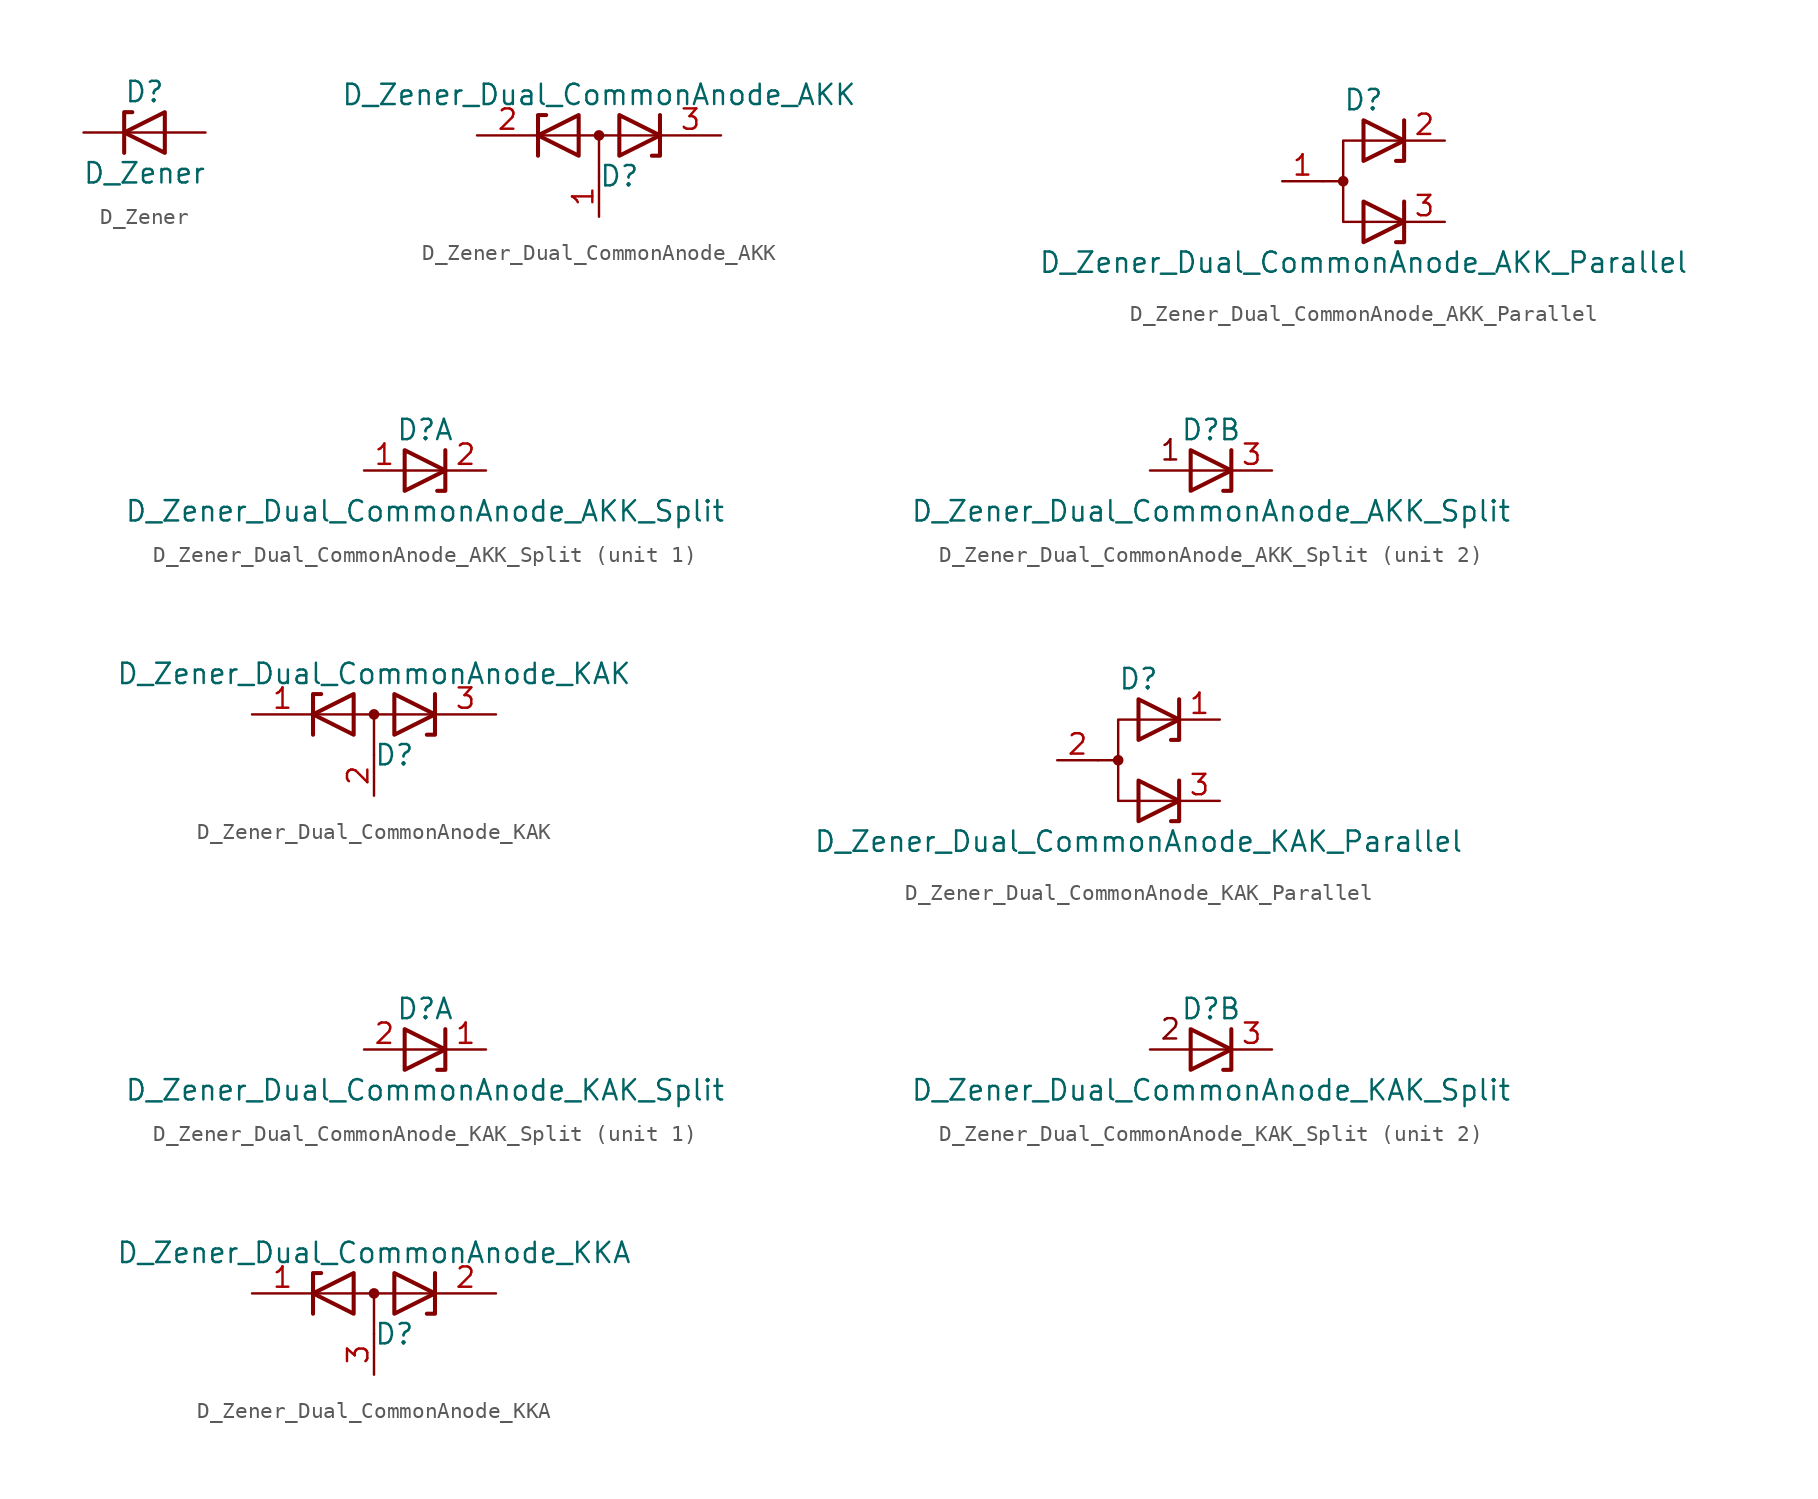
<source format=kicad_sym>
(kicad_symbol_lib
  (version 20211014)
  (generator kicad_symbol_editor)
  (symbol "D_Zener"
    (pin_numbers hide)
    (pin_names
      (offset 1.016) hide)
    (property "Reference" "D"
      (at 0 2.54 0)
      (effects (font (size 1.27 1.27))))
    (property "Value" "D_Zener"
      (at 0 -2.54 0)
      (effects (font (size 1.27 1.27))))
    (symbol "D_Zener_0_1"
      (polyline (pts (xy 1.27 0) (xy -1.27 0)) (stroke (width 0) (type default) (color 0 0 0 0)) (fill (type none)))
      (polyline (pts (xy -1.27 -1.27) (xy -1.27 1.27) (xy -0.762 1.27)) (stroke (width 0.254) (type default) (color 0 0 0 0)) (fill (type none)))
      (polyline (pts (xy 1.27 -1.27) (xy 1.27 1.27) (xy -1.27 0) (xy 1.27 -1.27)) (stroke (width 0.254) (type default) (color 0 0 0 0)) (fill (type none))))
    (symbol "D_Zener_1_1"
      (pin passive line (at -3.81 0 0) (length 2.54) (name "K" (effects (font (size 1.27 1.27)))) (number "1" (effects (font (size 1.27 1.27)))))
      (pin passive line (at 3.81 0 180) (length 2.54) (name "A" (effects (font (size 1.27 1.27)))) (number "2" (effects (font (size 1.27 1.27)))))))
  (symbol "D_Zener_Dual_CommonAnode_AKK"
    (pin_names
      (offset 0.762) hide)
    (property "Reference" "D"
      (at 1.27 -2.54 0)
      (effects (font (size 1.27 1.27))))
    (property "Value" "D_Zener_Dual_CommonAnode_AKK"
      (at 0 2.54 0)
      (effects (font (size 1.27 1.27))))
    (symbol "D_Zener_Dual_CommonAnode_AKK_0_1"
      (polyline (pts (xy -3.556 0) (xy 3.81 0)) (stroke (width 0) (type default) (color 0 0 0 0)) (fill (type none)))
      (polyline (pts (xy 0 0) (xy 0 -2.54)) (stroke (width 0) (type default) (color 0 0 0 0)) (fill (type none)))
      (polyline (pts (xy -3.81 -1.27) (xy -3.81 1.27) (xy -3.302 1.27)) (stroke (width 0.254) (type default) (color 0 0 0 0)) (fill (type none)))
      (polyline (pts (xy 3.81 1.27) (xy 3.81 -1.27) (xy 3.302 -1.27)) (stroke (width 0.254) (type default) (color 0 0 0 0)) (fill (type none)))
      (polyline (pts (xy -1.27 -1.27) (xy -3.81 0) (xy -1.27 1.27) (xy -1.27 -1.27) (xy -1.27 -1.27) (xy -1.27 -1.27)) (stroke (width 0.254) (type default) (color 0 0 0 0)) (fill (type none)))
      (polyline (pts (xy 1.27 1.27) (xy 3.81 0) (xy 1.27 -1.27) (xy 1.27 1.27) (xy 1.27 1.27) (xy 1.27 1.27)) (stroke (width 0.254) (type default) (color 0 0 0 0)) (fill (type none)))
      (circle (center 0 0) (radius 0.254) (stroke (width 0) (type default) (color 0 0 0 0)) (fill (type outline)))
      (pin passive line (at 0 -5.08 90) (length 2.54) (name "A" (effects (font (size 1.27 1.27)))) (number "1" (effects (font (size 1.27 1.27)))))
      (pin passive line (at -7.62 0 0) (length 3.81) (name "K" (effects (font (size 1.27 1.27)))) (number "2" (effects (font (size 1.27 1.27)))))
      (pin passive line (at 7.62 0 180) (length 3.81) (name "K" (effects (font (size 1.27 1.27)))) (number "3" (effects (font (size 1.27 1.27)))))))
  (symbol "D_Zener_Dual_CommonAnode_AKK_Parallel"
    (pin_names
      (offset 0.762) hide)
    (property "Reference" "D"
      (at 0 5.08 0)
      (effects (font (size 1.27 1.27))))
    (property "Value" "D_Zener_Dual_CommonAnode_AKK_Parallel"
      (at 0 -5.08 0)
      (effects (font (size 1.27 1.27))))
    (symbol "D_Zener_Dual_CommonAnode_AKK_Parallel_0_0"
      (polyline (pts (xy 2.032 1.27) (xy 2.54 1.27) (xy 2.54 3.81)) (stroke (width 0.254) (type default) (color 0 0 0 0)) (fill (type none)))
      (polyline (pts (xy 2.54 -1.27) (xy 2.54 -3.81) (xy 2.032 -3.81)) (stroke (width 0.254) (type default) (color 0 0 0 0)) (fill (type none))))
    (symbol "D_Zener_Dual_CommonAnode_AKK_Parallel_0_1"
      (circle (center -1.27 0) (radius 0.254) (stroke (width 0) (type default) (color 0 0 0 0)) (fill (type outline)))
      (polyline (pts (xy -1.27 0) (xy -2.54 0)) (stroke (width 0) (type default) (color 0 0 0 0)) (fill (type none)))
      (polyline (pts (xy 2.54 2.54) (xy -1.27 2.54) (xy -1.27 -2.54) (xy 2.54 -2.54)) (stroke (width 0) (type default) (color 0 0 0 0)) (fill (type none)))
      (polyline (pts (xy 0 -1.27) (xy 2.54 -2.54) (xy 0 -3.81) (xy 0 -1.27) (xy 0 -1.27) (xy 0 -1.27)) (stroke (width 0.254) (type default) (color 0 0 0 0)) (fill (type none)))
      (polyline (pts (xy 0 3.81) (xy 2.54 2.54) (xy 0 1.27) (xy 0 3.81) (xy 0 3.81) (xy 0 3.81)) (stroke (width 0.254) (type default) (color 0 0 0 0)) (fill (type none)))
      (pin passive line (at -5.08 0 0) (length 2.54) (name "A" (effects (font (size 1.27 1.27)))) (number "1" (effects (font (size 1.27 1.27)))))
      (pin passive line (at 5.08 2.54 180) (length 2.54) (name "K" (effects (font (size 1.27 1.27)))) (number "2" (effects (font (size 1.27 1.27)))))
      (pin passive line (at 5.08 -2.54 180) (length 2.54) (name "K" (effects (font (size 1.27 1.27)))) (number "3" (effects (font (size 1.27 1.27)))))))
  (symbol "D_Zener_Dual_CommonAnode_AKK_Split"
    (pin_names
      (offset 0.762) hide)
    (property "Reference" "D"
      (at 0 2.54 0)
      (effects (font (size 1.27 1.27))))
    (property "Value" "D_Zener_Dual_CommonAnode_AKK_Split"
      (at 0 -2.54 0)
      (effects (font (size 1.27 1.27))))
    (property "ki_locked" ""
      (at 0 0 0)
      (effects (font (size 1.27 1.27))))
    (symbol "D_Zener_Dual_CommonAnode_AKK_Split_0_0"
      (polyline (pts (xy 1.27 1.27) (xy 1.27 -1.27) (xy 0.762 -1.27)) (stroke (width 0.254) (type default) (color 0 0 0 0)) (fill (type none))))
    (symbol "D_Zener_Dual_CommonAnode_AKK_Split_0_1"
      (polyline (pts (xy -1.27 1.27) (xy 1.27 0) (xy -1.27 -1.27) (xy -1.27 1.27) (xy -1.27 1.27) (xy -1.27 1.27)) (stroke (width 0.254) (type default) (color 0 0 0 0)) (fill (type none))))
    (symbol "D_Zener_Dual_CommonAnode_AKK_Split_1_1"
      (polyline (pts (xy 1.27 0) (xy -1.27 0)) (stroke (width 0) (type default) (color 0 0 0 0)) (fill (type none)))
      (pin passive line (at -3.81 0 0) (length 2.54) (name "A" (effects (font (size 1.27 1.27)))) (number "1" (effects (font (size 1.27 1.27)))))
      (pin passive line (at 3.81 0 180) (length 2.54) (name "K" (effects (font (size 1.27 1.27)))) (number "2" (effects (font (size 1.27 1.27))))))
    (symbol "D_Zener_Dual_CommonAnode_AKK_Split_2_0"
      (polyline (pts (xy 1.27 0) (xy -3.81 0)) (stroke (width 0) (type default) (color 0 0 0 0)) (fill (type none)))
      (text "1" (at -2.54 1.27 0) (effects (font (size 1.27 1.27)))))
    (symbol "D_Zener_Dual_CommonAnode_AKK_Split_2_1"
      (pin passive line (at 3.81 0 180) (length 2.54) (name "K" (effects (font (size 1.27 1.27)))) (number "3" (effects (font (size 1.27 1.27)))))))
  (symbol "D_Zener_Dual_CommonAnode_KAK"
    (pin_names
      (offset 0.762) hide)
    (property "Reference" "D"
      (at 1.27 -2.54 0)
      (effects (font (size 1.27 1.27))))
    (property "Value" "D_Zener_Dual_CommonAnode_KAK"
      (at 0 2.54 0)
      (effects (font (size 1.27 1.27))))
    (symbol "D_Zener_Dual_CommonAnode_KAK_0_1"
      (polyline (pts (xy -3.556 0) (xy 3.81 0)) (stroke (width 0) (type default) (color 0 0 0 0)) (fill (type none)))
      (polyline (pts (xy 0 0) (xy 0 -2.54)) (stroke (width 0) (type default) (color 0 0 0 0)) (fill (type none)))
      (polyline (pts (xy -3.81 -1.27) (xy -3.81 1.27) (xy -3.302 1.27)) (stroke (width 0.254) (type default) (color 0 0 0 0)) (fill (type none)))
      (polyline (pts (xy 3.302 -1.27) (xy 3.81 -1.27) (xy 3.81 1.27)) (stroke (width 0.254) (type default) (color 0 0 0 0)) (fill (type none)))
      (polyline (pts (xy -1.27 -1.27) (xy -3.81 0) (xy -1.27 1.27) (xy -1.27 -1.27) (xy -1.27 -1.27) (xy -1.27 -1.27)) (stroke (width 0.254) (type default) (color 0 0 0 0)) (fill (type none)))
      (polyline (pts (xy 1.27 1.27) (xy 3.81 0) (xy 1.27 -1.27) (xy 1.27 1.27) (xy 1.27 1.27) (xy 1.27 1.27)) (stroke (width 0.254) (type default) (color 0 0 0 0)) (fill (type none)))
      (circle (center 0 0) (radius 0.254) (stroke (width 0) (type default) (color 0 0 0 0)) (fill (type outline)))
      (pin passive line (at -7.62 0 0) (length 3.81) (name "K" (effects (font (size 1.27 1.27)))) (number "1" (effects (font (size 1.27 1.27)))))
      (pin passive line (at 0 -5.08 90) (length 2.54) (name "A" (effects (font (size 1.27 1.27)))) (number "2" (effects (font (size 1.27 1.27)))))
      (pin passive line (at 7.62 0 180) (length 3.81) (name "K" (effects (font (size 1.27 1.27)))) (number "3" (effects (font (size 1.27 1.27)))))))
  (symbol "D_Zener_Dual_CommonAnode_KAK_Parallel"
    (pin_names
      (offset 0.762) hide)
    (property "Reference" "D"
      (at 0 5.08 0)
      (effects (font (size 1.27 1.27))))
    (property "Value" "D_Zener_Dual_CommonAnode_KAK_Parallel"
      (at 0 -5.08 0)
      (effects (font (size 1.27 1.27))))
    (symbol "D_Zener_Dual_CommonAnode_KAK_Parallel_0_0"
      (polyline (pts (xy 2.032 1.27) (xy 2.54 1.27) (xy 2.54 3.81)) (stroke (width 0.254) (type default) (color 0 0 0 0)) (fill (type none)))
      (polyline (pts (xy 2.54 -1.27) (xy 2.54 -3.81) (xy 2.032 -3.81)) (stroke (width 0.254) (type default) (color 0 0 0 0)) (fill (type none))))
    (symbol "D_Zener_Dual_CommonAnode_KAK_Parallel_0_1"
      (circle (center -1.27 0) (radius 0.254) (stroke (width 0) (type default) (color 0 0 0 0)) (fill (type outline)))
      (polyline (pts (xy -1.27 0) (xy -2.54 0)) (stroke (width 0) (type default) (color 0 0 0 0)) (fill (type none)))
      (polyline (pts (xy 2.54 2.54) (xy -1.27 2.54) (xy -1.27 -2.54) (xy 2.54 -2.54)) (stroke (width 0) (type default) (color 0 0 0 0)) (fill (type none)))
      (polyline (pts (xy 0 -1.27) (xy 2.54 -2.54) (xy 0 -3.81) (xy 0 -1.27) (xy 0 -1.27) (xy 0 -1.27)) (stroke (width 0.254) (type default) (color 0 0 0 0)) (fill (type none)))
      (polyline (pts (xy 0 3.81) (xy 2.54 2.54) (xy 0 1.27) (xy 0 3.81) (xy 0 3.81) (xy 0 3.81)) (stroke (width 0.254) (type default) (color 0 0 0 0)) (fill (type none)))
      (pin passive line (at 5.08 2.54 180) (length 2.54) (name "K" (effects (font (size 1.27 1.27)))) (number "1" (effects (font (size 1.27 1.27)))))
      (pin passive line (at -5.08 0 0) (length 2.54) (name "A" (effects (font (size 1.27 1.27)))) (number "2" (effects (font (size 1.27 1.27)))))
      (pin passive line (at 5.08 -2.54 180) (length 2.54) (name "K" (effects (font (size 1.27 1.27)))) (number "3" (effects (font (size 1.27 1.27)))))))
  (symbol "D_Zener_Dual_CommonAnode_KAK_Split"
    (pin_names
      (offset 0.762) hide)
    (property "Reference" "D"
      (at 0 2.54 0)
      (effects (font (size 1.27 1.27))))
    (property "Value" "D_Zener_Dual_CommonAnode_KAK_Split"
      (at 0 -2.54 0)
      (effects (font (size 1.27 1.27))))
    (property "ki_locked" ""
      (at 0 0 0)
      (effects (font (size 1.27 1.27))))
    (symbol "D_Zener_Dual_CommonAnode_KAK_Split_0_0"
      (polyline (pts (xy 1.27 1.27) (xy 1.27 -1.27) (xy 0.762 -1.27)) (stroke (width 0.254) (type default) (color 0 0 0 0)) (fill (type none))))
    (symbol "D_Zener_Dual_CommonAnode_KAK_Split_0_1"
      (polyline (pts (xy -1.27 1.27) (xy 1.27 0) (xy -1.27 -1.27) (xy -1.27 1.27) (xy -1.27 1.27) (xy -1.27 1.27)) (stroke (width 0.254) (type default) (color 0 0 0 0)) (fill (type none))))
    (symbol "D_Zener_Dual_CommonAnode_KAK_Split_1_1"
      (polyline (pts (xy 1.27 0) (xy -1.27 0)) (stroke (width 0) (type default) (color 0 0 0 0)) (fill (type none)))
      (pin passive line (at 3.81 0 180) (length 2.54) (name "K" (effects (font (size 1.27 1.27)))) (number "1" (effects (font (size 1.27 1.27)))))
      (pin passive line (at -3.81 0 0) (length 2.54) (name "A" (effects (font (size 1.27 1.27)))) (number "2" (effects (font (size 1.27 1.27))))))
    (symbol "D_Zener_Dual_CommonAnode_KAK_Split_2_0"
      (polyline (pts (xy 1.27 0) (xy -3.81 0)) (stroke (width 0) (type default) (color 0 0 0 0)) (fill (type none)))
      (text "2" (at -2.54 1.27 0) (effects (font (size 1.27 1.27)))))
    (symbol "D_Zener_Dual_CommonAnode_KAK_Split_2_1"
      (pin passive line (at 3.81 0 180) (length 2.54) (name "K" (effects (font (size 1.27 1.27)))) (number "3" (effects (font (size 1.27 1.27)))))))
  (symbol "D_Zener_Dual_CommonAnode_KKA"
    (pin_names
      (offset 0.762) hide)
    (property "Reference" "D"
      (at 1.27 -2.54 0)
      (effects (font (size 1.27 1.27))))
    (property "Value" "D_Zener_Dual_CommonAnode_KKA"
      (at 0 2.54 0)
      (effects (font (size 1.27 1.27))))
    (symbol "D_Zener_Dual_CommonAnode_KKA_0_1"
      (polyline (pts (xy -3.556 0) (xy 3.81 0)) (stroke (width 0) (type default) (color 0 0 0 0)) (fill (type none)))
      (polyline (pts (xy 0 0) (xy 0 -2.54)) (stroke (width 0) (type default) (color 0 0 0 0)) (fill (type none)))
      (polyline (pts (xy -3.81 -1.27) (xy -3.81 1.27) (xy -3.302 1.27)) (stroke (width 0.254) (type default) (color 0 0 0 0)) (fill (type none)))
      (polyline (pts (xy 3.302 -1.27) (xy 3.81 -1.27) (xy 3.81 1.27)) (stroke (width 0.254) (type default) (color 0 0 0 0)) (fill (type none)))
      (polyline (pts (xy -1.27 -1.27) (xy -3.81 0) (xy -1.27 1.27) (xy -1.27 -1.27) (xy -1.27 -1.27) (xy -1.27 -1.27)) (stroke (width 0.254) (type default) (color 0 0 0 0)) (fill (type none)))
      (polyline (pts (xy 1.27 1.27) (xy 3.81 0) (xy 1.27 -1.27) (xy 1.27 1.27) (xy 1.27 1.27) (xy 1.27 1.27)) (stroke (width 0.254) (type default) (color 0 0 0 0)) (fill (type none)))
      (circle (center 0 0) (radius 0.254) (stroke (width 0) (type default) (color 0 0 0 0)) (fill (type outline)))
      (pin passive line (at -7.62 0 0) (length 3.81) (name "K" (effects (font (size 1.27 1.27)))) (number "1" (effects (font (size 1.27 1.27)))))
      (pin passive line (at 7.62 0 180) (length 3.81) (name "K" (effects (font (size 1.27 1.27)))) (number "2" (effects (font (size 1.27 1.27)))))
      (pin passive line (at 0 -5.08 90) (length 2.54) (name "A" (effects (font (size 1.27 1.27)))) (number "3" (effects (font (size 1.27 1.27))))))))
</source>
